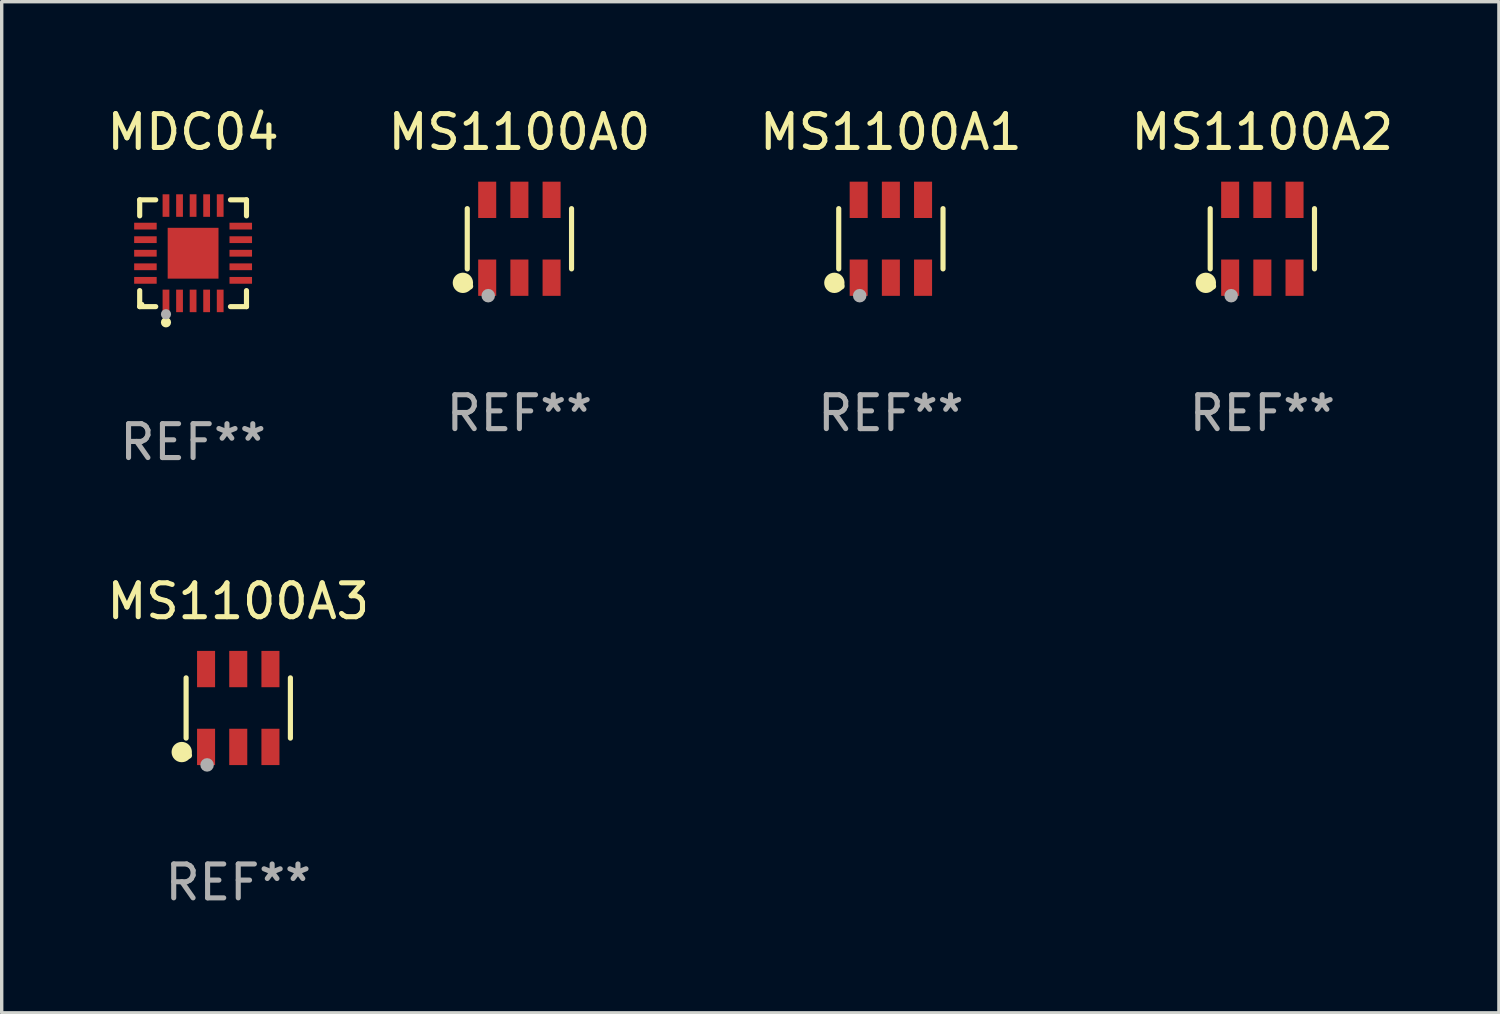
<source format=kicad_pcb>
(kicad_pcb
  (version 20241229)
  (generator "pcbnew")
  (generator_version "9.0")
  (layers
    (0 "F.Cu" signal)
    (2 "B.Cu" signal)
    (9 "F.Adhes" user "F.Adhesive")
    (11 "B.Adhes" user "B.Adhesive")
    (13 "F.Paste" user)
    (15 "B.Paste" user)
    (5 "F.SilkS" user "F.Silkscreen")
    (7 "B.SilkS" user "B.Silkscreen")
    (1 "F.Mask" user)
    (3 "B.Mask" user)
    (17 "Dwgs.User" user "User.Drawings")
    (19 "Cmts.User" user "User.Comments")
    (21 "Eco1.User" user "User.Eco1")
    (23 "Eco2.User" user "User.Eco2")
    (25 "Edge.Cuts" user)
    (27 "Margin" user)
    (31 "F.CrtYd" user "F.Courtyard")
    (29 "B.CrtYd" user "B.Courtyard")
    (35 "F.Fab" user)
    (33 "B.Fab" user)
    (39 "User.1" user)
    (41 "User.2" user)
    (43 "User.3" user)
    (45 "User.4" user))
  (footprint "MS1100A0"
    (layer "F.Cu")
    (at 12.28 3.997)
    (property "Reference" "MS1100A0" (at 0 -3.149 0) (layer "F.SilkS") (effects (font (size 1 1) (thickness 0.15))))
    (attr through_hole)
    (fp_line (start -1.539 0.889) (end -1.539 -0.889) (stroke (width 0.152) (type solid)) (layer "F.SilkS"))
    (fp_line (start 1.539 0.889) (end 1.539 -0.889) (stroke (width 0.152) (type solid)) (layer "F.SilkS"))
    (fp_circle (center -1.668 1.301) (end -1.518 1.301) (stroke (width 0.3) (type solid)) (fill no) (layer "F.SilkS"))
    (fp_circle (center -1.463 1.4) (end -1.413 1.4) (stroke (width 0.1) (type solid)) (fill no) (layer "F.SilkS"))
    (fp_circle (center -0.92 1.68) (end -0.82 1.68) (stroke (width 0.2) (type solid)) (fill no) (layer "F.Fab"))
    (fp_text user "REF**" (at 0 5.149 0) (layer "F.Fab") (effects (font (size 1 1) (thickness 0.15))))
    (pad "1" smd rect (at -0.95 1.149) (size 0.532 1.072) (layers "F.Cu" "F.Mask" "F.Paste"))
    (pad "2" smd rect (at 0 1.149) (size 0.532 1.072) (layers "F.Cu" "F.Mask" "F.Paste"))
    (pad "3" smd rect (at 0.95 1.149) (size 0.532 1.072) (layers "F.Cu" "F.Mask" "F.Paste"))
    (pad "4" smd rect (at 0.95 -1.149) (size 0.532 1.072) (layers "F.Cu" "F.Mask" "F.Paste"))
    (pad "5" smd rect (at 0 -1.149) (size 0.532 1.072) (layers "F.Cu" "F.Mask" "F.Paste"))
    (pad "6" smd rect (at -0.95 -1.149) (size 0.532 1.072) (layers "F.Cu" "F.Mask" "F.Paste")))
  (footprint "MS1100A1"
    (layer "F.Cu")
    (at 23.244 3.997)
    (property "Reference" "MS1100A1" (at 0 -3.149 0) (layer "F.SilkS") (effects (font (size 1 1) (thickness 0.15))))
    (attr through_hole)
    (fp_line (start -1.539 0.889) (end -1.539 -0.889) (stroke (width 0.152) (type solid)) (layer "F.SilkS"))
    (fp_line (start 1.539 0.889) (end 1.539 -0.889) (stroke (width 0.152) (type solid)) (layer "F.SilkS"))
    (fp_circle (center -1.668 1.301) (end -1.518 1.301) (stroke (width 0.3) (type solid)) (fill no) (layer "F.SilkS"))
    (fp_circle (center -1.463 1.4) (end -1.413 1.4) (stroke (width 0.1) (type solid)) (fill no) (layer "F.SilkS"))
    (fp_circle (center -0.92 1.68) (end -0.82 1.68) (stroke (width 0.2) (type solid)) (fill no) (layer "F.Fab"))
    (fp_text user "REF**" (at 0 5.149 0) (layer "F.Fab") (effects (font (size 1 1) (thickness 0.15))))
    (pad "1" smd rect (at -0.95 1.149) (size 0.532 1.072) (layers "F.Cu" "F.Mask" "F.Paste"))
    (pad "2" smd rect (at 0 1.149) (size 0.532 1.072) (layers "F.Cu" "F.Mask" "F.Paste"))
    (pad "3" smd rect (at 0.95 1.149) (size 0.532 1.072) (layers "F.Cu" "F.Mask" "F.Paste"))
    (pad "4" smd rect (at 0.95 -1.149) (size 0.532 1.072) (layers "F.Cu" "F.Mask" "F.Paste"))
    (pad "5" smd rect (at 0 -1.149) (size 0.532 1.072) (layers "F.Cu" "F.Mask" "F.Paste"))
    (pad "6" smd rect (at -0.95 -1.149) (size 0.532 1.072) (layers "F.Cu" "F.Mask" "F.Paste")))
  (footprint "MS1100A3"
    (layer "F.Cu")
    (at 3.982 17.846)
    (property "Reference" "MS1100A3" (at 0 -3.149 0) (layer "F.SilkS") (effects (font (size 1 1) (thickness 0.15))))
    (attr through_hole)
    (fp_line (start -1.539 0.889) (end -1.539 -0.889) (stroke (width 0.152) (type solid)) (layer "F.SilkS"))
    (fp_line (start 1.539 0.889) (end 1.539 -0.889) (stroke (width 0.152) (type solid)) (layer "F.SilkS"))
    (fp_circle (center -1.668 1.301) (end -1.518 1.301) (stroke (width 0.3) (type solid)) (fill no) (layer "F.SilkS"))
    (fp_circle (center -1.463 1.4) (end -1.413 1.4) (stroke (width 0.1) (type solid)) (fill no) (layer "F.SilkS"))
    (fp_circle (center -0.92 1.68) (end -0.82 1.68) (stroke (width 0.2) (type solid)) (fill no) (layer "F.Fab"))
    (fp_text user "REF**" (at 0 5.149 0) (layer "F.Fab") (effects (font (size 1 1) (thickness 0.15))))
    (pad "1" smd rect (at -0.95 1.149) (size 0.532 1.072) (layers "F.Cu" "F.Mask" "F.Paste"))
    (pad "2" smd rect (at 0 1.149) (size 0.532 1.072) (layers "F.Cu" "F.Mask" "F.Paste"))
    (pad "3" smd rect (at 0.95 1.149) (size 0.532 1.072) (layers "F.Cu" "F.Mask" "F.Paste"))
    (pad "4" smd rect (at 0.95 -1.149) (size 0.532 1.072) (layers "F.Cu" "F.Mask" "F.Paste"))
    (pad "5" smd rect (at 0 -1.149) (size 0.532 1.072) (layers "F.Cu" "F.Mask" "F.Paste"))
    (pad "6" smd rect (at -0.95 -1.149) (size 0.532 1.072) (layers "F.Cu" "F.Mask" "F.Paste")))
  (footprint "MDC04"
    (layer "F.Cu")
    (at 2.649 4.424)
    (property "Reference" "MDC04" (at 0 -3.576 0) (layer "F.SilkS") (effects (font (size 1 1) (thickness 0.15))))
    (attr through_hole)
    (fp_line (start -1.576 -1.576) (end -1.103 -1.576) (stroke (width 0.152) (type solid)) (layer "F.SilkS"))
    (fp_line (start -1.576 -1.103) (end -1.576 -1.576) (stroke (width 0.152) (type solid)) (layer "F.SilkS"))
    (fp_line (start -1.576 1.103) (end -1.576 1.576) (stroke (width 0.152) (type solid)) (layer "F.SilkS"))
    (fp_line (start -1.576 1.576) (end -1.103 1.576) (stroke (width 0.152) (type solid)) (layer "F.SilkS"))
    (fp_line (start 1.576 -1.576) (end 1.103 -1.576) (stroke (width 0.152) (type solid)) (layer "F.SilkS"))
    (fp_line (start 1.576 -1.103) (end 1.576 -1.576) (stroke (width 0.152) (type solid)) (layer "F.SilkS"))
    (fp_line (start 1.576 1.103) (end 1.576 1.576) (stroke (width 0.152) (type solid)) (layer "F.SilkS"))
    (fp_line (start 1.576 1.576) (end 1.103 1.576) (stroke (width 0.152) (type solid)) (layer "F.SilkS"))
    (fp_circle (center -1.5 1.5) (end -1.47 1.5) (stroke (width 0.06) (type solid)) (fill no) (layer "F.SilkS"))
    (fp_circle (center -0.8 2.04) (end -0.725 2.04) (stroke (width 0.15) (type solid)) (fill no) (layer "F.SilkS"))
    (fp_circle (center -0.8 1.8) (end -0.725 1.8) (stroke (width 0.15) (type solid)) (fill no) (layer "F.Fab"))
    (fp_text user "REF**" (at 0 5.576 0) (layer "F.Fab") (effects (font (size 1 1) (thickness 0.15))))
    (pad "1" smd rect (at -0.8 1.407) (size 0.2 0.665) (layers "F.Cu" "F.Mask" "F.Paste"))
    (pad "2" smd rect (at -0.4 1.407) (size 0.2 0.665) (layers "F.Cu" "F.Mask" "F.Paste"))
    (pad "3" smd rect (at 0 1.407) (size 0.2 0.665) (layers "F.Cu" "F.Mask" "F.Paste"))
    (pad "4" smd rect (at 0.4 1.407) (size 0.2 0.665) (layers "F.Cu" "F.Mask" "F.Paste"))
    (pad "5" smd rect (at 0.8 1.407) (size 0.2 0.665) (layers "F.Cu" "F.Mask" "F.Paste"))
    (pad "6" smd rect (at 1.407 0.8) (size 0.665 0.2) (layers "F.Cu" "F.Mask" "F.Paste"))
    (pad "7" smd rect (at 1.407 0.4) (size 0.665 0.2) (layers "F.Cu" "F.Mask" "F.Paste"))
    (pad "8" smd rect (at 1.407 0) (size 0.665 0.2) (layers "F.Cu" "F.Mask" "F.Paste"))
    (pad "9" smd rect (at 1.407 -0.4) (size 0.665 0.2) (layers "F.Cu" "F.Mask" "F.Paste"))
    (pad "10" smd rect (at 1.407 -0.8) (size 0.665 0.2) (layers "F.Cu" "F.Mask" "F.Paste"))
    (pad "11" smd rect (at 0.8 -1.407) (size 0.2 0.665) (layers "F.Cu" "F.Mask" "F.Paste"))
    (pad "12" smd rect (at 0.4 -1.407) (size 0.2 0.665) (layers "F.Cu" "F.Mask" "F.Paste"))
    (pad "13" smd rect (at 0 -1.407) (size 0.2 0.665) (layers "F.Cu" "F.Mask" "F.Paste"))
    (pad "14" smd rect (at -0.4 -1.407) (size 0.2 0.665) (layers "F.Cu" "F.Mask" "F.Paste"))
    (pad "15" smd rect (at -0.8 -1.407) (size 0.2 0.665) (layers "F.Cu" "F.Mask" "F.Paste"))
    (pad "16" smd rect (at -1.407 -0.8) (size 0.665 0.2) (layers "F.Cu" "F.Mask" "F.Paste"))
    (pad "17" smd rect (at -1.407 -0.4) (size 0.665 0.2) (layers "F.Cu" "F.Mask" "F.Paste"))
    (pad "18" smd rect (at -1.407 0) (size 0.665 0.2) (layers "F.Cu" "F.Mask" "F.Paste"))
    (pad "19" smd rect (at -1.407 0.4) (size 0.665 0.2) (layers "F.Cu" "F.Mask" "F.Paste"))
    (pad "20" smd rect (at -1.407 0.8) (size 0.665 0.2) (layers "F.Cu" "F.Mask" "F.Paste"))
    (pad "21" smd rect (at 0 0) (size 1.5 1.5) (layers "F.Cu" "F.Mask" "F.Paste")))
  (footprint "MS1100A2"
    (layer "F.Cu")
    (at 34.208 3.997)
    (property "Reference" "MS1100A2" (at 0 -3.149 0) (layer "F.SilkS") (effects (font (size 1 1) (thickness 0.15))))
    (attr through_hole)
    (fp_line (start -1.539 0.889) (end -1.539 -0.889) (stroke (width 0.152) (type solid)) (layer "F.SilkS"))
    (fp_line (start 1.539 0.889) (end 1.539 -0.889) (stroke (width 0.152) (type solid)) (layer "F.SilkS"))
    (fp_circle (center -1.668 1.301) (end -1.518 1.301) (stroke (width 0.3) (type solid)) (fill no) (layer "F.SilkS"))
    (fp_circle (center -1.463 1.4) (end -1.413 1.4) (stroke (width 0.1) (type solid)) (fill no) (layer "F.SilkS"))
    (fp_circle (center -0.92 1.68) (end -0.82 1.68) (stroke (width 0.2) (type solid)) (fill no) (layer "F.Fab"))
    (fp_text user "REF**" (at 0 5.149 0) (layer "F.Fab") (effects (font (size 1 1) (thickness 0.15))))
    (pad "1" smd rect (at -0.95 1.149) (size 0.532 1.072) (layers "F.Cu" "F.Mask" "F.Paste"))
    (pad "2" smd rect (at 0 1.149) (size 0.532 1.072) (layers "F.Cu" "F.Mask" "F.Paste"))
    (pad "3" smd rect (at 0.95 1.149) (size 0.532 1.072) (layers "F.Cu" "F.Mask" "F.Paste"))
    (pad "4" smd rect (at 0.95 -1.149) (size 0.532 1.072) (layers "F.Cu" "F.Mask" "F.Paste"))
    (pad "5" smd rect (at 0 -1.149) (size 0.532 1.072) (layers "F.Cu" "F.Mask" "F.Paste"))
    (pad "6" smd rect (at -0.95 -1.149) (size 0.532 1.072) (layers "F.Cu" "F.Mask" "F.Paste")))
  (gr_rect
    (start -3 -3)
    (end 41.19 26.844)
    (stroke (width 0.1) (type default))
    (fill no)
    (layer "Edge.Cuts")))
</source>
